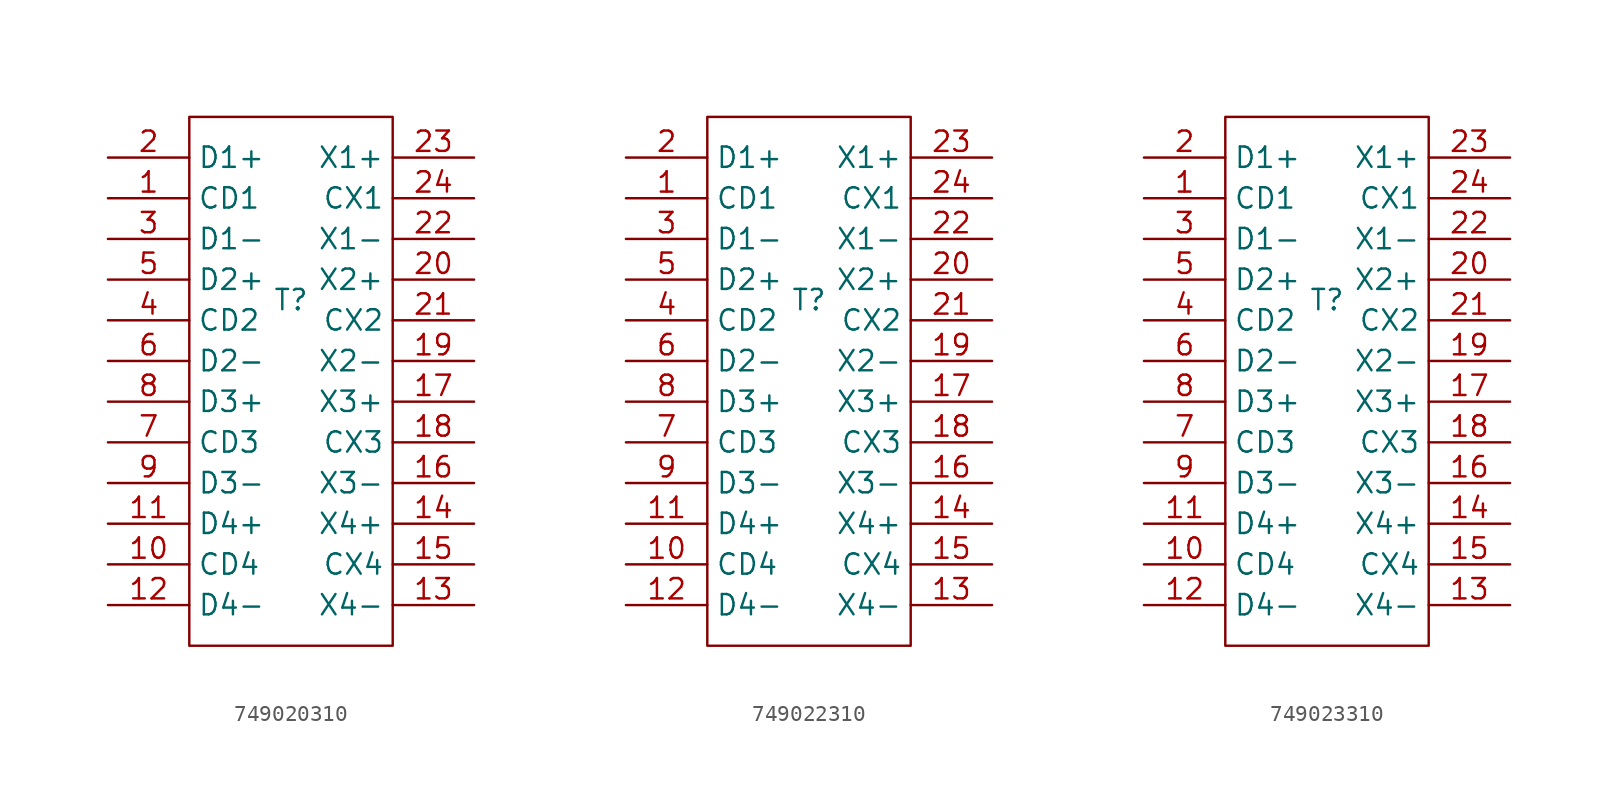
<source format=kicad_sym>
(kicad_symbol_lib
  (version 20220914)
  (generator kicad_symbol_editor)
  (symbol "749020310"
    (property "Reference" "T"
      (at 0 5.08 0)
      (effects (font (size 1.27 1.27))))
    (property "Critical Parameter" ""
      (at 0 -5.08 0)
      (effects (font (size 1.27 1.27)) (justify left)))
    (symbol "749020310_0_1"
      (rectangle (start -6.35 16.51) (end 6.35 -16.51) (stroke (width 0) (type default)) (fill (type none))))
    (symbol "749020310_1_1"
      (pin passive line (at -11.43 11.43 0) (length 5.08) (name "CD1" (effects (font (size 1.27 1.27)))) (number "1" (effects (font (size 1.27 1.27)))))
      (pin passive line (at -11.43 -11.43 0) (length 5.08) (name "CD4" (effects (font (size 1.27 1.27)))) (number "10" (effects (font (size 1.27 1.27)))))
      (pin passive line (at -11.43 -8.89 0) (length 5.08) (name "D4+" (effects (font (size 1.27 1.27)))) (number "11" (effects (font (size 1.27 1.27)))))
      (pin passive line (at -11.43 -13.97 0) (length 5.08) (name "D4-" (effects (font (size 1.27 1.27)))) (number "12" (effects (font (size 1.27 1.27)))))
      (pin passive line (at 11.43 -13.97 180) (length 5.08) (name "X4-" (effects (font (size 1.27 1.27)))) (number "13" (effects (font (size 1.27 1.27)))))
      (pin passive line (at 11.43 -8.89 180) (length 5.08) (name "X4+" (effects (font (size 1.27 1.27)))) (number "14" (effects (font (size 1.27 1.27)))))
      (pin passive line (at 11.43 -11.43 180) (length 5.08) (name "CX4" (effects (font (size 1.27 1.27)))) (number "15" (effects (font (size 1.27 1.27)))))
      (pin passive line (at 11.43 -6.35 180) (length 5.08) (name "X3-" (effects (font (size 1.27 1.27)))) (number "16" (effects (font (size 1.27 1.27)))))
      (pin passive line (at 11.43 -1.27 180) (length 5.08) (name "X3+" (effects (font (size 1.27 1.27)))) (number "17" (effects (font (size 1.27 1.27)))))
      (pin passive line (at 11.43 -3.81 180) (length 5.08) (name "CX3" (effects (font (size 1.27 1.27)))) (number "18" (effects (font (size 1.27 1.27)))))
      (pin passive line (at 11.43 1.27 180) (length 5.08) (name "X2-" (effects (font (size 1.27 1.27)))) (number "19" (effects (font (size 1.27 1.27)))))
      (pin passive line (at -11.43 13.97 0) (length 5.08) (name "D1+" (effects (font (size 1.27 1.27)))) (number "2" (effects (font (size 1.27 1.27)))))
      (pin passive line (at 11.43 6.35 180) (length 5.08) (name "X2+" (effects (font (size 1.27 1.27)))) (number "20" (effects (font (size 1.27 1.27)))))
      (pin passive line (at 11.43 3.81 180) (length 5.08) (name "CX2" (effects (font (size 1.27 1.27)))) (number "21" (effects (font (size 1.27 1.27)))))
      (pin passive line (at 11.43 8.89 180) (length 5.08) (name "X1-" (effects (font (size 1.27 1.27)))) (number "22" (effects (font (size 1.27 1.27)))))
      (pin passive line (at 11.43 13.97 180) (length 5.08) (name "X1+" (effects (font (size 1.27 1.27)))) (number "23" (effects (font (size 1.27 1.27)))))
      (pin passive line (at 11.43 11.43 180) (length 5.08) (name "CX1" (effects (font (size 1.27 1.27)))) (number "24" (effects (font (size 1.27 1.27)))))
      (pin passive line (at -11.43 8.89 0) (length 5.08) (name "D1-" (effects (font (size 1.27 1.27)))) (number "3" (effects (font (size 1.27 1.27)))))
      (pin passive line (at -11.43 3.81 0) (length 5.08) (name "CD2" (effects (font (size 1.27 1.27)))) (number "4" (effects (font (size 1.27 1.27)))))
      (pin passive line (at -11.43 6.35 0) (length 5.08) (name "D2+" (effects (font (size 1.27 1.27)))) (number "5" (effects (font (size 1.27 1.27)))))
      (pin passive line (at -11.43 1.27 0) (length 5.08) (name "D2-" (effects (font (size 1.27 1.27)))) (number "6" (effects (font (size 1.27 1.27)))))
      (pin passive line (at -11.43 -3.81 0) (length 5.08) (name "CD3" (effects (font (size 1.27 1.27)))) (number "7" (effects (font (size 1.27 1.27)))))
      (pin passive line (at -11.43 -1.27 0) (length 5.08) (name "D3+" (effects (font (size 1.27 1.27)))) (number "8" (effects (font (size 1.27 1.27)))))
      (pin passive line (at -11.43 -6.35 0) (length 5.08) (name "D3-" (effects (font (size 1.27 1.27)))) (number "9" (effects (font (size 1.27 1.27)))))))
  (symbol "749022310"
    (property "Reference" "T"
      (at 0 5.08 0)
      (effects (font (size 1.27 1.27))))
    (property "Critical Parameter" ""
      (at 0 -5.08 0)
      (effects (font (size 1.27 1.27)) (justify left)))
    (symbol "749022310_0_1"
      (rectangle (start -6.35 16.51) (end 6.35 -16.51) (stroke (width 0) (type default)) (fill (type none))))
    (symbol "749022310_1_1"
      (pin passive line (at -11.43 11.43 0) (length 5.08) (name "CD1" (effects (font (size 1.27 1.27)))) (number "1" (effects (font (size 1.27 1.27)))))
      (pin passive line (at -11.43 -11.43 0) (length 5.08) (name "CD4" (effects (font (size 1.27 1.27)))) (number "10" (effects (font (size 1.27 1.27)))))
      (pin passive line (at -11.43 -8.89 0) (length 5.08) (name "D4+" (effects (font (size 1.27 1.27)))) (number "11" (effects (font (size 1.27 1.27)))))
      (pin passive line (at -11.43 -13.97 0) (length 5.08) (name "D4-" (effects (font (size 1.27 1.27)))) (number "12" (effects (font (size 1.27 1.27)))))
      (pin passive line (at 11.43 -13.97 180) (length 5.08) (name "X4-" (effects (font (size 1.27 1.27)))) (number "13" (effects (font (size 1.27 1.27)))))
      (pin passive line (at 11.43 -8.89 180) (length 5.08) (name "X4+" (effects (font (size 1.27 1.27)))) (number "14" (effects (font (size 1.27 1.27)))))
      (pin passive line (at 11.43 -11.43 180) (length 5.08) (name "CX4" (effects (font (size 1.27 1.27)))) (number "15" (effects (font (size 1.27 1.27)))))
      (pin passive line (at 11.43 -6.35 180) (length 5.08) (name "X3-" (effects (font (size 1.27 1.27)))) (number "16" (effects (font (size 1.27 1.27)))))
      (pin passive line (at 11.43 -1.27 180) (length 5.08) (name "X3+" (effects (font (size 1.27 1.27)))) (number "17" (effects (font (size 1.27 1.27)))))
      (pin passive line (at 11.43 -3.81 180) (length 5.08) (name "CX3" (effects (font (size 1.27 1.27)))) (number "18" (effects (font (size 1.27 1.27)))))
      (pin passive line (at 11.43 1.27 180) (length 5.08) (name "X2-" (effects (font (size 1.27 1.27)))) (number "19" (effects (font (size 1.27 1.27)))))
      (pin passive line (at -11.43 13.97 0) (length 5.08) (name "D1+" (effects (font (size 1.27 1.27)))) (number "2" (effects (font (size 1.27 1.27)))))
      (pin passive line (at 11.43 6.35 180) (length 5.08) (name "X2+" (effects (font (size 1.27 1.27)))) (number "20" (effects (font (size 1.27 1.27)))))
      (pin passive line (at 11.43 3.81 180) (length 5.08) (name "CX2" (effects (font (size 1.27 1.27)))) (number "21" (effects (font (size 1.27 1.27)))))
      (pin passive line (at 11.43 8.89 180) (length 5.08) (name "X1-" (effects (font (size 1.27 1.27)))) (number "22" (effects (font (size 1.27 1.27)))))
      (pin passive line (at 11.43 13.97 180) (length 5.08) (name "X1+" (effects (font (size 1.27 1.27)))) (number "23" (effects (font (size 1.27 1.27)))))
      (pin passive line (at 11.43 11.43 180) (length 5.08) (name "CX1" (effects (font (size 1.27 1.27)))) (number "24" (effects (font (size 1.27 1.27)))))
      (pin passive line (at -11.43 8.89 0) (length 5.08) (name "D1-" (effects (font (size 1.27 1.27)))) (number "3" (effects (font (size 1.27 1.27)))))
      (pin passive line (at -11.43 3.81 0) (length 5.08) (name "CD2" (effects (font (size 1.27 1.27)))) (number "4" (effects (font (size 1.27 1.27)))))
      (pin passive line (at -11.43 6.35 0) (length 5.08) (name "D2+" (effects (font (size 1.27 1.27)))) (number "5" (effects (font (size 1.27 1.27)))))
      (pin passive line (at -11.43 1.27 0) (length 5.08) (name "D2-" (effects (font (size 1.27 1.27)))) (number "6" (effects (font (size 1.27 1.27)))))
      (pin passive line (at -11.43 -3.81 0) (length 5.08) (name "CD3" (effects (font (size 1.27 1.27)))) (number "7" (effects (font (size 1.27 1.27)))))
      (pin passive line (at -11.43 -1.27 0) (length 5.08) (name "D3+" (effects (font (size 1.27 1.27)))) (number "8" (effects (font (size 1.27 1.27)))))
      (pin passive line (at -11.43 -6.35 0) (length 5.08) (name "D3-" (effects (font (size 1.27 1.27)))) (number "9" (effects (font (size 1.27 1.27)))))))
  (symbol "749023310"
    (property "Reference" "T"
      (at 0 5.08 0)
      (effects (font (size 1.27 1.27))))
    (property "Critical Parameter" ""
      (at 0 -5.08 0)
      (effects (font (size 1.27 1.27)) (justify left)))
    (symbol "749023310_0_1"
      (rectangle (start -6.35 16.51) (end 6.35 -16.51) (stroke (width 0) (type default)) (fill (type none))))
    (symbol "749023310_1_1"
      (pin passive line (at -11.43 11.43 0) (length 5.08) (name "CD1" (effects (font (size 1.27 1.27)))) (number "1" (effects (font (size 1.27 1.27)))))
      (pin passive line (at -11.43 -11.43 0) (length 5.08) (name "CD4" (effects (font (size 1.27 1.27)))) (number "10" (effects (font (size 1.27 1.27)))))
      (pin passive line (at -11.43 -8.89 0) (length 5.08) (name "D4+" (effects (font (size 1.27 1.27)))) (number "11" (effects (font (size 1.27 1.27)))))
      (pin passive line (at -11.43 -13.97 0) (length 5.08) (name "D4-" (effects (font (size 1.27 1.27)))) (number "12" (effects (font (size 1.27 1.27)))))
      (pin passive line (at 11.43 -13.97 180) (length 5.08) (name "X4-" (effects (font (size 1.27 1.27)))) (number "13" (effects (font (size 1.27 1.27)))))
      (pin passive line (at 11.43 -8.89 180) (length 5.08) (name "X4+" (effects (font (size 1.27 1.27)))) (number "14" (effects (font (size 1.27 1.27)))))
      (pin passive line (at 11.43 -11.43 180) (length 5.08) (name "CX4" (effects (font (size 1.27 1.27)))) (number "15" (effects (font (size 1.27 1.27)))))
      (pin passive line (at 11.43 -6.35 180) (length 5.08) (name "X3-" (effects (font (size 1.27 1.27)))) (number "16" (effects (font (size 1.27 1.27)))))
      (pin passive line (at 11.43 -1.27 180) (length 5.08) (name "X3+" (effects (font (size 1.27 1.27)))) (number "17" (effects (font (size 1.27 1.27)))))
      (pin passive line (at 11.43 -3.81 180) (length 5.08) (name "CX3" (effects (font (size 1.27 1.27)))) (number "18" (effects (font (size 1.27 1.27)))))
      (pin passive line (at 11.43 1.27 180) (length 5.08) (name "X2-" (effects (font (size 1.27 1.27)))) (number "19" (effects (font (size 1.27 1.27)))))
      (pin passive line (at -11.43 13.97 0) (length 5.08) (name "D1+" (effects (font (size 1.27 1.27)))) (number "2" (effects (font (size 1.27 1.27)))))
      (pin passive line (at 11.43 6.35 180) (length 5.08) (name "X2+" (effects (font (size 1.27 1.27)))) (number "20" (effects (font (size 1.27 1.27)))))
      (pin passive line (at 11.43 3.81 180) (length 5.08) (name "CX2" (effects (font (size 1.27 1.27)))) (number "21" (effects (font (size 1.27 1.27)))))
      (pin passive line (at 11.43 8.89 180) (length 5.08) (name "X1-" (effects (font (size 1.27 1.27)))) (number "22" (effects (font (size 1.27 1.27)))))
      (pin passive line (at 11.43 13.97 180) (length 5.08) (name "X1+" (effects (font (size 1.27 1.27)))) (number "23" (effects (font (size 1.27 1.27)))))
      (pin passive line (at 11.43 11.43 180) (length 5.08) (name "CX1" (effects (font (size 1.27 1.27)))) (number "24" (effects (font (size 1.27 1.27)))))
      (pin passive line (at -11.43 8.89 0) (length 5.08) (name "D1-" (effects (font (size 1.27 1.27)))) (number "3" (effects (font (size 1.27 1.27)))))
      (pin passive line (at -11.43 3.81 0) (length 5.08) (name "CD2" (effects (font (size 1.27 1.27)))) (number "4" (effects (font (size 1.27 1.27)))))
      (pin passive line (at -11.43 6.35 0) (length 5.08) (name "D2+" (effects (font (size 1.27 1.27)))) (number "5" (effects (font (size 1.27 1.27)))))
      (pin passive line (at -11.43 1.27 0) (length 5.08) (name "D2-" (effects (font (size 1.27 1.27)))) (number "6" (effects (font (size 1.27 1.27)))))
      (pin passive line (at -11.43 -3.81 0) (length 5.08) (name "CD3" (effects (font (size 1.27 1.27)))) (number "7" (effects (font (size 1.27 1.27)))))
      (pin passive line (at -11.43 -1.27 0) (length 5.08) (name "D3+" (effects (font (size 1.27 1.27)))) (number "8" (effects (font (size 1.27 1.27)))))
      (pin passive line (at -11.43 -6.35 0) (length 5.08) (name "D3-" (effects (font (size 1.27 1.27)))) (number "9" (effects (font (size 1.27 1.27))))))))
</source>
